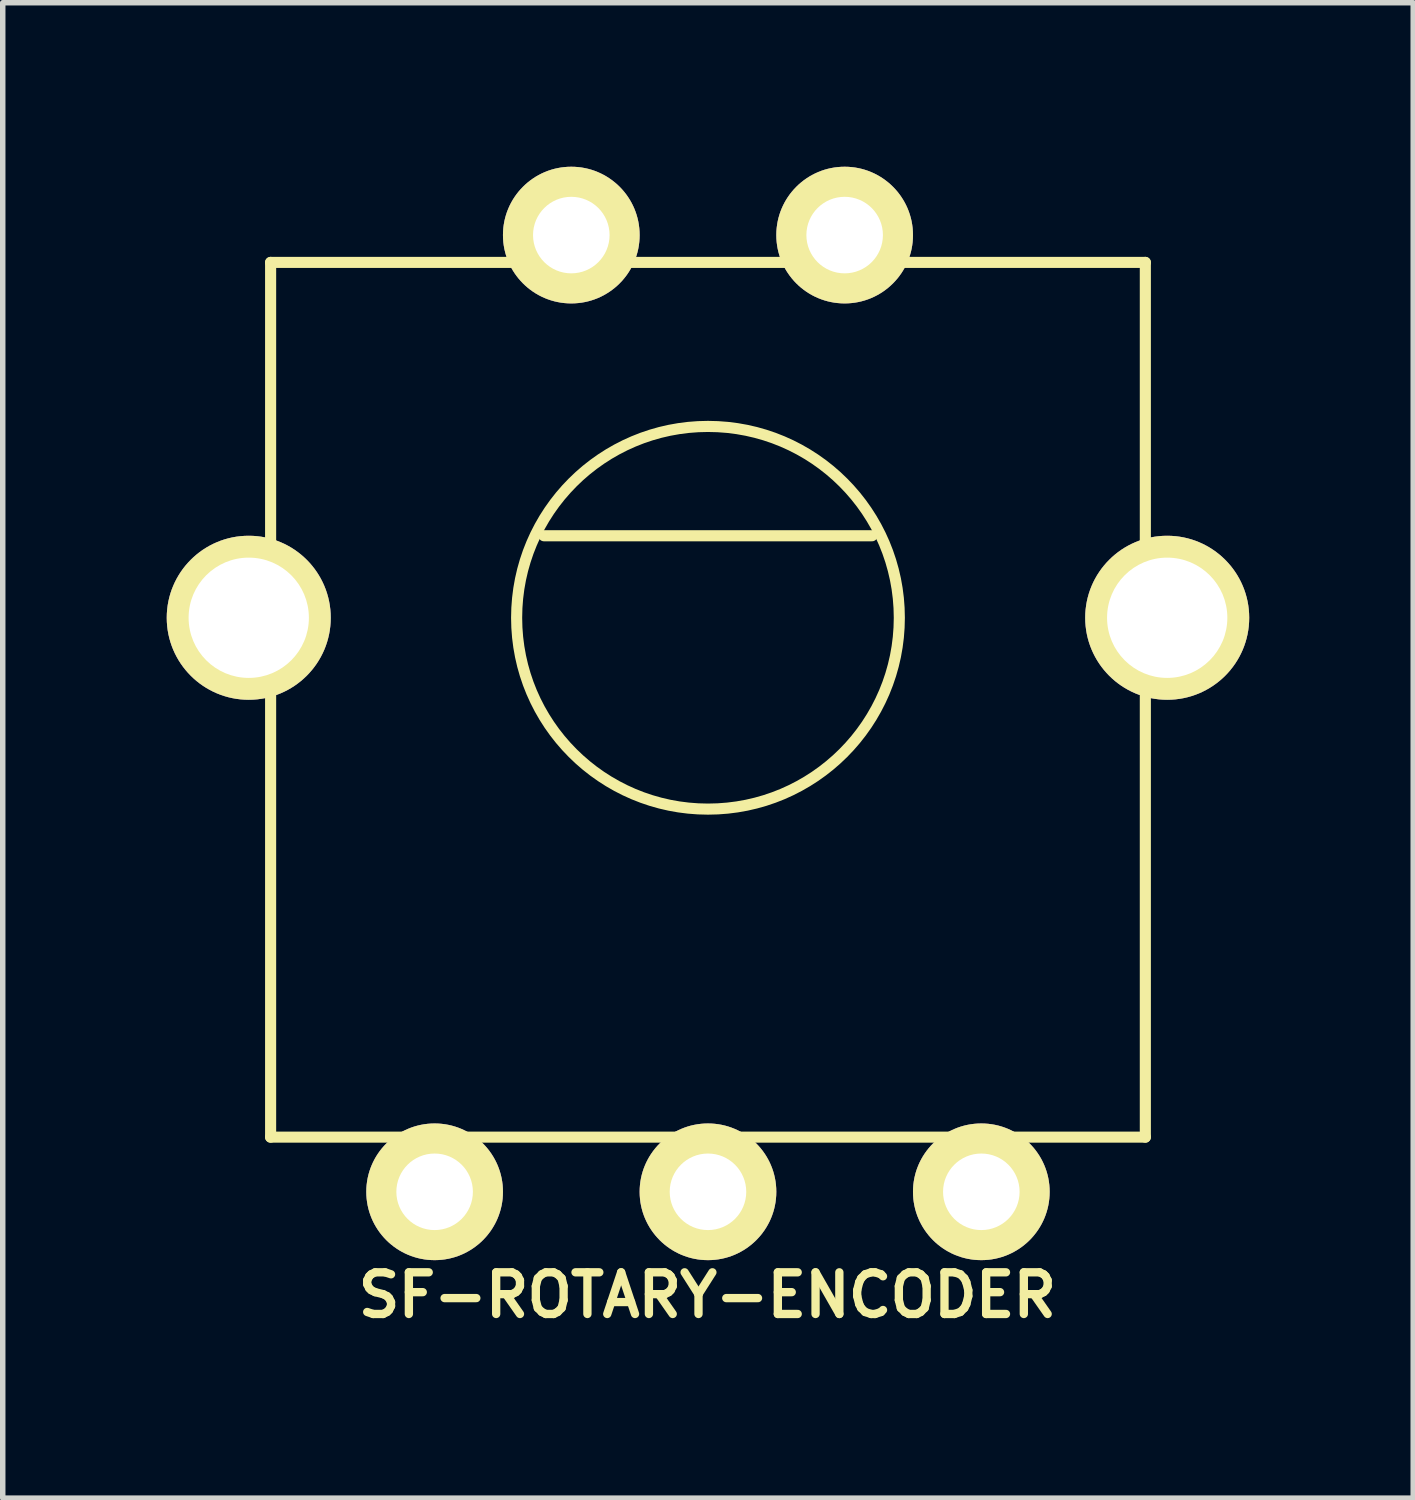
<source format=kicad_pcb>
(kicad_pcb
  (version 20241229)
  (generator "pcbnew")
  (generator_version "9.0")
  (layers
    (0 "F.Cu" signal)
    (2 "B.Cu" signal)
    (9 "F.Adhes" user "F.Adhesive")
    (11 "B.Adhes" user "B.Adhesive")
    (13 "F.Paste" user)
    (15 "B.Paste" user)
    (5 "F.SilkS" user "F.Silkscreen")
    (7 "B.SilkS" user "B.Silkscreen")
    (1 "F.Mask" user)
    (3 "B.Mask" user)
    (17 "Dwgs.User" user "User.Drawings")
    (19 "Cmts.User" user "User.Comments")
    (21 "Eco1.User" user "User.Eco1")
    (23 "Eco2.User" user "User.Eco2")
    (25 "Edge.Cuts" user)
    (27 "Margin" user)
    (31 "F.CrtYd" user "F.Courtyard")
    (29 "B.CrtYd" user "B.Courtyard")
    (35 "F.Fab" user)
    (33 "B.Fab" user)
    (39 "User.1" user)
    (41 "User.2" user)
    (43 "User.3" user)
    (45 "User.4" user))
  (footprint "SF-ROTARY-ENCODER"
    (layer "F.Cu")
    (at 9.9 8.25)
    (property "Reference" "SF-ROTARY-ENCODER" (at -0.01 12.39 0) (layer "F.SilkS") (effects (font (size 0.762 0.762) (thickness 0.152))))
    (attr through_hole)
    (fp_line (start -8 -6.5) (end 8 -6.5) (stroke (width 0.203) (type solid)) (layer "F.SilkS"))
    (fp_line (start -8 9.5) (end -8 -6.5) (stroke (width 0.203) (type solid)) (layer "F.SilkS"))
    (fp_line (start 3 -1.5) (end -3 -1.5) (stroke (width 0.203) (type solid)) (layer "F.SilkS"))
    (fp_line (start 8 -6.5) (end 8 9.5) (stroke (width 0.203) (type solid)) (layer "F.SilkS"))
    (fp_line (start 8 9.5) (end -8 9.5) (stroke (width 0.203) (type solid)) (layer "F.SilkS"))
    (fp_circle (center 0 0) (end 3.5 0) (stroke (width 0.203) (type solid)) (fill no) (layer "F.SilkS"))
    (pad "" thru_hole circle (at -8.4 0) (size 3 3) (drill 2.2) (layers "*.Cu" "*.Mask" "F.SilkS"))
    (pad "" thru_hole circle (at 8.4 0) (size 3 3) (drill 2.2) (layers "*.Cu" "*.Mask" "F.SilkS"))
    (pad "1" thru_hole circle (at -5 10.5) (size 2.5 2.5) (drill 1.4) (layers "*.Cu" "*.Mask" "F.SilkS"))
    (pad "2" thru_hole circle (at 0 10.5) (size 2.5 2.5) (drill 1.4) (layers "*.Cu" "*.Mask" "F.SilkS"))
    (pad "3" thru_hole circle (at 5 10.5) (size 2.5 2.5) (drill 1.4) (layers "*.Cu" "*.Mask" "F.SilkS"))
    (pad "4" thru_hole circle (at -2.5 -7) (size 2.5 2.5) (drill 1.4) (layers "*.Cu" "*.Mask" "F.SilkS"))
    (pad "5" thru_hole circle (at 2.5 -7) (size 2.5 2.5) (drill 1.4) (layers "*.Cu" "*.Mask" "F.SilkS")))
  (gr_rect
    (start -3 -3)
    (end 22.8 24.353)
    (stroke (width 0.1) (type default))
    (fill no)
    (layer "Edge.Cuts")))
</source>
